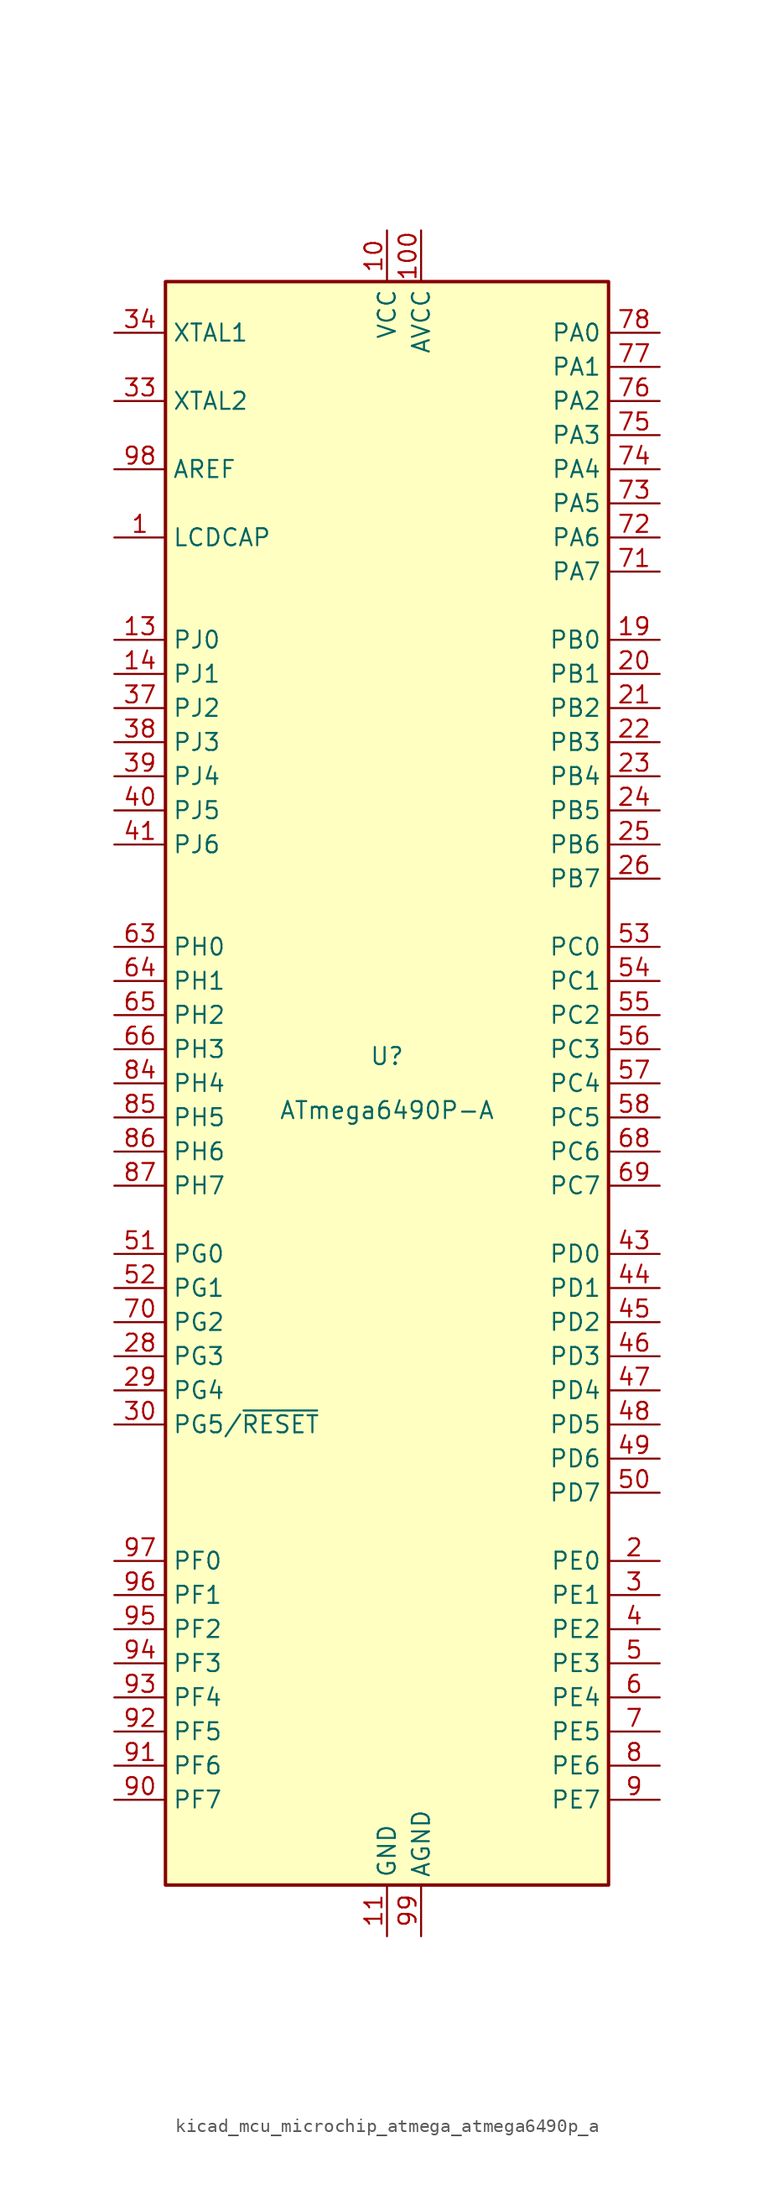
<source format=kicad_sym>
(kicad_symbol_lib
  (version 20220914)
  (generator kicad_symbol_editor)
  (symbol "kicad_mcu_microchip_atmega_atmega6490p_a"
    (property "Reference" "U"
      (at 0 1.27 0)
      (effects (font (size 1.27 1.27)) (justify bottom)))
    (property "Value" "ATmega6490P-A"
      (at 0 -1.27 0)
      (effects (font (size 1.27 1.27)) (justify top)))
    (symbol "kicad_mcu_microchip_atmega_atmega6490p_a_0_1"
      (rectangle (start -16.51 -59.69) (end 16.51 59.69) (stroke (width 0.254) (type default)) (fill (type background))))
    (symbol "kicad_mcu_microchip_atmega_atmega6490p_a_1_1"
      (pin passive line (at -20.32 40.64 0) (length 3.81) (name "LCDCAP" (effects (font (size 1.27 1.27)))) (number "1" (effects (font (size 1.27 1.27)))))
      (pin power_in line (at 0 63.5 270) (length 3.81) (name "VCC" (effects (font (size 1.27 1.27)))) (number "10" (effects (font (size 1.27 1.27)))))
      (pin power_in line (at 2.54 63.5 270) (length 3.81) (name "AVCC" (effects (font (size 1.27 1.27)))) (number "100" (effects (font (size 1.27 1.27)))))
      (pin power_in line (at 0 -63.5 90) (length 3.81) (name "GND" (effects (font (size 1.27 1.27)))) (number "11" (effects (font (size 1.27 1.27)))))
      (pin no_connect line (at -15.24 38.1 0) (length 2.54) hide (name "NC" (effects (font (size 1.27 1.27)))) (number "12" (effects (font (size 1.27 1.27)))))
      (pin bidirectional line (at -20.32 33.02 0) (length 3.81) (name "PJ0" (effects (font (size 1.27 1.27)))) (number "13" (effects (font (size 1.27 1.27)))))
      (pin bidirectional line (at -20.32 30.48 0) (length 3.81) (name "PJ1" (effects (font (size 1.27 1.27)))) (number "14" (effects (font (size 1.27 1.27)))))
      (pin no_connect line (at -15.24 35.56 0) (length 2.54) hide (name "NC" (effects (font (size 1.27 1.27)))) (number "15" (effects (font (size 1.27 1.27)))))
      (pin no_connect line (at -15.24 15.24 0) (length 2.54) hide (name "NC" (effects (font (size 1.27 1.27)))) (number "16" (effects (font (size 1.27 1.27)))))
      (pin no_connect line (at -15.24 12.7 0) (length 2.54) hide (name "NC" (effects (font (size 1.27 1.27)))) (number "17" (effects (font (size 1.27 1.27)))))
      (pin no_connect line (at -15.24 -10.16 0) (length 2.54) hide (name "NC" (effects (font (size 1.27 1.27)))) (number "18" (effects (font (size 1.27 1.27)))))
      (pin bidirectional line (at 20.32 33.02 180) (length 3.81) (name "PB0" (effects (font (size 1.27 1.27)))) (number "19" (effects (font (size 1.27 1.27)))))
      (pin bidirectional line (at 20.32 -35.56 180) (length 3.81) (name "PE0" (effects (font (size 1.27 1.27)))) (number "2" (effects (font (size 1.27 1.27)))))
      (pin bidirectional line (at 20.32 30.48 180) (length 3.81) (name "PB1" (effects (font (size 1.27 1.27)))) (number "20" (effects (font (size 1.27 1.27)))))
      (pin bidirectional line (at 20.32 27.94 180) (length 3.81) (name "PB2" (effects (font (size 1.27 1.27)))) (number "21" (effects (font (size 1.27 1.27)))))
      (pin bidirectional line (at 20.32 25.4 180) (length 3.81) (name "PB3" (effects (font (size 1.27 1.27)))) (number "22" (effects (font (size 1.27 1.27)))))
      (pin bidirectional line (at 20.32 22.86 180) (length 3.81) (name "PB4" (effects (font (size 1.27 1.27)))) (number "23" (effects (font (size 1.27 1.27)))))
      (pin bidirectional line (at 20.32 20.32 180) (length 3.81) (name "PB5" (effects (font (size 1.27 1.27)))) (number "24" (effects (font (size 1.27 1.27)))))
      (pin bidirectional line (at 20.32 17.78 180) (length 3.81) (name "PB6" (effects (font (size 1.27 1.27)))) (number "25" (effects (font (size 1.27 1.27)))))
      (pin bidirectional line (at 20.32 15.24 180) (length 3.81) (name "PB7" (effects (font (size 1.27 1.27)))) (number "26" (effects (font (size 1.27 1.27)))))
      (pin no_connect line (at -15.24 -27.94 0) (length 2.54) hide (name "NC" (effects (font (size 1.27 1.27)))) (number "27" (effects (font (size 1.27 1.27)))))
      (pin bidirectional line (at -20.32 -20.32 0) (length 3.81) (name "PG3" (effects (font (size 1.27 1.27)))) (number "28" (effects (font (size 1.27 1.27)))))
      (pin bidirectional line (at -20.32 -22.86 0) (length 3.81) (name "PG4" (effects (font (size 1.27 1.27)))) (number "29" (effects (font (size 1.27 1.27)))))
      (pin bidirectional line (at 20.32 -38.1 180) (length 3.81) (name "PE1" (effects (font (size 1.27 1.27)))) (number "3" (effects (font (size 1.27 1.27)))))
      (pin bidirectional line (at -20.32 -25.4 0) (length 3.81) (name "PG5/~{RESET}" (effects (font (size 1.27 1.27)))) (number "30" (effects (font (size 1.27 1.27)))))
      (pin passive line (at 0 63.5 270) (length 3.81) hide (name "VCC" (effects (font (size 1.27 1.27)))) (number "31" (effects (font (size 1.27 1.27)))))
      (pin passive line (at 0 -63.5 90) (length 3.81) hide (name "GND" (effects (font (size 1.27 1.27)))) (number "32" (effects (font (size 1.27 1.27)))))
      (pin output line (at -20.32 50.8 0) (length 3.81) (name "XTAL2" (effects (font (size 1.27 1.27)))) (number "33" (effects (font (size 1.27 1.27)))))
      (pin input line (at -20.32 55.88 0) (length 3.81) (name "XTAL1" (effects (font (size 1.27 1.27)))) (number "34" (effects (font (size 1.27 1.27)))))
      (pin no_connect line (at -15.24 -30.48 0) (length 2.54) hide (name "NC" (effects (font (size 1.27 1.27)))) (number "35" (effects (font (size 1.27 1.27)))))
      (pin no_connect line (at -15.24 -33.02 0) (length 2.54) hide (name "NC" (effects (font (size 1.27 1.27)))) (number "36" (effects (font (size 1.27 1.27)))))
      (pin bidirectional line (at -20.32 27.94 0) (length 3.81) (name "PJ2" (effects (font (size 1.27 1.27)))) (number "37" (effects (font (size 1.27 1.27)))))
      (pin bidirectional line (at -20.32 25.4 0) (length 3.81) (name "PJ3" (effects (font (size 1.27 1.27)))) (number "38" (effects (font (size 1.27 1.27)))))
      (pin bidirectional line (at -20.32 22.86 0) (length 3.81) (name "PJ4" (effects (font (size 1.27 1.27)))) (number "39" (effects (font (size 1.27 1.27)))))
      (pin bidirectional line (at 20.32 -40.64 180) (length 3.81) (name "PE2" (effects (font (size 1.27 1.27)))) (number "4" (effects (font (size 1.27 1.27)))))
      (pin bidirectional line (at -20.32 20.32 0) (length 3.81) (name "PJ5" (effects (font (size 1.27 1.27)))) (number "40" (effects (font (size 1.27 1.27)))))
      (pin bidirectional line (at -20.32 17.78 0) (length 3.81) (name "PJ6" (effects (font (size 1.27 1.27)))) (number "41" (effects (font (size 1.27 1.27)))))
      (pin no_connect line (at -15.24 -58.42 90) (length 2.54) hide (name "NC" (effects (font (size 1.27 1.27)))) (number "42" (effects (font (size 1.27 1.27)))))
      (pin bidirectional line (at 20.32 -12.7 180) (length 3.81) (name "PD0" (effects (font (size 1.27 1.27)))) (number "43" (effects (font (size 1.27 1.27)))))
      (pin bidirectional line (at 20.32 -15.24 180) (length 3.81) (name "PD1" (effects (font (size 1.27 1.27)))) (number "44" (effects (font (size 1.27 1.27)))))
      (pin bidirectional line (at 20.32 -17.78 180) (length 3.81) (name "PD2" (effects (font (size 1.27 1.27)))) (number "45" (effects (font (size 1.27 1.27)))))
      (pin bidirectional line (at 20.32 -20.32 180) (length 3.81) (name "PD3" (effects (font (size 1.27 1.27)))) (number "46" (effects (font (size 1.27 1.27)))))
      (pin bidirectional line (at 20.32 -22.86 180) (length 3.81) (name "PD4" (effects (font (size 1.27 1.27)))) (number "47" (effects (font (size 1.27 1.27)))))
      (pin bidirectional line (at 20.32 -25.4 180) (length 3.81) (name "PD5" (effects (font (size 1.27 1.27)))) (number "48" (effects (font (size 1.27 1.27)))))
      (pin bidirectional line (at 20.32 -27.94 180) (length 3.81) (name "PD6" (effects (font (size 1.27 1.27)))) (number "49" (effects (font (size 1.27 1.27)))))
      (pin bidirectional line (at 20.32 -43.18 180) (length 3.81) (name "PE3" (effects (font (size 1.27 1.27)))) (number "5" (effects (font (size 1.27 1.27)))))
      (pin bidirectional line (at 20.32 -30.48 180) (length 3.81) (name "PD7" (effects (font (size 1.27 1.27)))) (number "50" (effects (font (size 1.27 1.27)))))
      (pin bidirectional line (at -20.32 -12.7 0) (length 3.81) (name "PG0" (effects (font (size 1.27 1.27)))) (number "51" (effects (font (size 1.27 1.27)))))
      (pin bidirectional line (at -20.32 -15.24 0) (length 3.81) (name "PG1" (effects (font (size 1.27 1.27)))) (number "52" (effects (font (size 1.27 1.27)))))
      (pin bidirectional line (at 20.32 10.16 180) (length 3.81) (name "PC0" (effects (font (size 1.27 1.27)))) (number "53" (effects (font (size 1.27 1.27)))))
      (pin bidirectional line (at 20.32 7.62 180) (length 3.81) (name "PC1" (effects (font (size 1.27 1.27)))) (number "54" (effects (font (size 1.27 1.27)))))
      (pin bidirectional line (at 20.32 5.08 180) (length 3.81) (name "PC2" (effects (font (size 1.27 1.27)))) (number "55" (effects (font (size 1.27 1.27)))))
      (pin bidirectional line (at 20.32 2.54 180) (length 3.81) (name "PC3" (effects (font (size 1.27 1.27)))) (number "56" (effects (font (size 1.27 1.27)))))
      (pin bidirectional line (at 20.32 0 180) (length 3.81) (name "PC4" (effects (font (size 1.27 1.27)))) (number "57" (effects (font (size 1.27 1.27)))))
      (pin bidirectional line (at 20.32 -2.54 180) (length 3.81) (name "PC5" (effects (font (size 1.27 1.27)))) (number "58" (effects (font (size 1.27 1.27)))))
      (pin no_connect line (at -12.7 -58.42 90) (length 2.54) hide (name "NC" (effects (font (size 1.27 1.27)))) (number "59" (effects (font (size 1.27 1.27)))))
      (pin bidirectional line (at 20.32 -45.72 180) (length 3.81) (name "PE4" (effects (font (size 1.27 1.27)))) (number "6" (effects (font (size 1.27 1.27)))))
      (pin no_connect line (at -10.16 -58.42 90) (length 2.54) hide (name "NC" (effects (font (size 1.27 1.27)))) (number "60" (effects (font (size 1.27 1.27)))))
      (pin no_connect line (at -7.62 -58.42 90) (length 2.54) hide (name "NC" (effects (font (size 1.27 1.27)))) (number "61" (effects (font (size 1.27 1.27)))))
      (pin no_connect line (at -5.08 -58.42 90) (length 2.54) hide (name "NC" (effects (font (size 1.27 1.27)))) (number "62" (effects (font (size 1.27 1.27)))))
      (pin bidirectional line (at -20.32 10.16 0) (length 3.81) (name "PH0" (effects (font (size 1.27 1.27)))) (number "63" (effects (font (size 1.27 1.27)))))
      (pin bidirectional line (at -20.32 7.62 0) (length 3.81) (name "PH1" (effects (font (size 1.27 1.27)))) (number "64" (effects (font (size 1.27 1.27)))))
      (pin bidirectional line (at -20.32 5.08 0) (length 3.81) (name "PH2" (effects (font (size 1.27 1.27)))) (number "65" (effects (font (size 1.27 1.27)))))
      (pin bidirectional line (at -20.32 2.54 0) (length 3.81) (name "PH3" (effects (font (size 1.27 1.27)))) (number "66" (effects (font (size 1.27 1.27)))))
      (pin no_connect line (at -2.54 -58.42 90) (length 2.54) hide (name "NC" (effects (font (size 1.27 1.27)))) (number "67" (effects (font (size 1.27 1.27)))))
      (pin bidirectional line (at 20.32 -5.08 180) (length 3.81) (name "PC6" (effects (font (size 1.27 1.27)))) (number "68" (effects (font (size 1.27 1.27)))))
      (pin bidirectional line (at 20.32 -7.62 180) (length 3.81) (name "PC7" (effects (font (size 1.27 1.27)))) (number "69" (effects (font (size 1.27 1.27)))))
      (pin bidirectional line (at 20.32 -48.26 180) (length 3.81) (name "PE5" (effects (font (size 1.27 1.27)))) (number "7" (effects (font (size 1.27 1.27)))))
      (pin bidirectional line (at -20.32 -17.78 0) (length 3.81) (name "PG2" (effects (font (size 1.27 1.27)))) (number "70" (effects (font (size 1.27 1.27)))))
      (pin bidirectional line (at 20.32 38.1 180) (length 3.81) (name "PA7" (effects (font (size 1.27 1.27)))) (number "71" (effects (font (size 1.27 1.27)))))
      (pin bidirectional line (at 20.32 40.64 180) (length 3.81) (name "PA6" (effects (font (size 1.27 1.27)))) (number "72" (effects (font (size 1.27 1.27)))))
      (pin bidirectional line (at 20.32 43.18 180) (length 3.81) (name "PA5" (effects (font (size 1.27 1.27)))) (number "73" (effects (font (size 1.27 1.27)))))
      (pin bidirectional line (at 20.32 45.72 180) (length 3.81) (name "PA4" (effects (font (size 1.27 1.27)))) (number "74" (effects (font (size 1.27 1.27)))))
      (pin bidirectional line (at 20.32 48.26 180) (length 3.81) (name "PA3" (effects (font (size 1.27 1.27)))) (number "75" (effects (font (size 1.27 1.27)))))
      (pin bidirectional line (at 20.32 50.8 180) (length 3.81) (name "PA2" (effects (font (size 1.27 1.27)))) (number "76" (effects (font (size 1.27 1.27)))))
      (pin bidirectional line (at 20.32 53.34 180) (length 3.81) (name "PA1" (effects (font (size 1.27 1.27)))) (number "77" (effects (font (size 1.27 1.27)))))
      (pin bidirectional line (at 20.32 55.88 180) (length 3.81) (name "PA0" (effects (font (size 1.27 1.27)))) (number "78" (effects (font (size 1.27 1.27)))))
      (pin no_connect line (at 5.08 -58.42 90) (length 2.54) hide (name "NC" (effects (font (size 1.27 1.27)))) (number "79" (effects (font (size 1.27 1.27)))))
      (pin bidirectional line (at 20.32 -50.8 180) (length 3.81) (name "PE6" (effects (font (size 1.27 1.27)))) (number "8" (effects (font (size 1.27 1.27)))))
      (pin passive line (at 0 63.5 270) (length 3.81) hide (name "VCC" (effects (font (size 1.27 1.27)))) (number "80" (effects (font (size 1.27 1.27)))))
      (pin passive line (at 0 -63.5 90) (length 3.81) hide (name "GND" (effects (font (size 1.27 1.27)))) (number "81" (effects (font (size 1.27 1.27)))))
      (pin no_connect line (at 7.62 -58.42 90) (length 2.54) hide (name "NC" (effects (font (size 1.27 1.27)))) (number "82" (effects (font (size 1.27 1.27)))))
      (pin no_connect line (at 10.16 -58.42 90) (length 2.54) hide (name "NC" (effects (font (size 1.27 1.27)))) (number "83" (effects (font (size 1.27 1.27)))))
      (pin bidirectional line (at -20.32 0 0) (length 3.81) (name "PH4" (effects (font (size 1.27 1.27)))) (number "84" (effects (font (size 1.27 1.27)))))
      (pin bidirectional line (at -20.32 -2.54 0) (length 3.81) (name "PH5" (effects (font (size 1.27 1.27)))) (number "85" (effects (font (size 1.27 1.27)))))
      (pin bidirectional line (at -20.32 -5.08 0) (length 3.81) (name "PH6" (effects (font (size 1.27 1.27)))) (number "86" (effects (font (size 1.27 1.27)))))
      (pin bidirectional line (at -20.32 -7.62 0) (length 3.81) (name "PH7" (effects (font (size 1.27 1.27)))) (number "87" (effects (font (size 1.27 1.27)))))
      (pin no_connect line (at 12.7 -58.42 90) (length 2.54) hide (name "NC" (effects (font (size 1.27 1.27)))) (number "88" (effects (font (size 1.27 1.27)))))
      (pin no_connect line (at 15.24 -58.42 90) (length 2.54) hide (name "NC" (effects (font (size 1.27 1.27)))) (number "89" (effects (font (size 1.27 1.27)))))
      (pin bidirectional line (at 20.32 -53.34 180) (length 3.81) (name "PE7" (effects (font (size 1.27 1.27)))) (number "9" (effects (font (size 1.27 1.27)))))
      (pin bidirectional line (at -20.32 -53.34 0) (length 3.81) (name "PF7" (effects (font (size 1.27 1.27)))) (number "90" (effects (font (size 1.27 1.27)))))
      (pin bidirectional line (at -20.32 -50.8 0) (length 3.81) (name "PF6" (effects (font (size 1.27 1.27)))) (number "91" (effects (font (size 1.27 1.27)))))
      (pin bidirectional line (at -20.32 -48.26 0) (length 3.81) (name "PF5" (effects (font (size 1.27 1.27)))) (number "92" (effects (font (size 1.27 1.27)))))
      (pin bidirectional line (at -20.32 -45.72 0) (length 3.81) (name "PF4" (effects (font (size 1.27 1.27)))) (number "93" (effects (font (size 1.27 1.27)))))
      (pin bidirectional line (at -20.32 -43.18 0) (length 3.81) (name "PF3" (effects (font (size 1.27 1.27)))) (number "94" (effects (font (size 1.27 1.27)))))
      (pin bidirectional line (at -20.32 -40.64 0) (length 3.81) (name "PF2" (effects (font (size 1.27 1.27)))) (number "95" (effects (font (size 1.27 1.27)))))
      (pin bidirectional line (at -20.32 -38.1 0) (length 3.81) (name "PF1" (effects (font (size 1.27 1.27)))) (number "96" (effects (font (size 1.27 1.27)))))
      (pin bidirectional line (at -20.32 -35.56 0) (length 3.81) (name "PF0" (effects (font (size 1.27 1.27)))) (number "97" (effects (font (size 1.27 1.27)))))
      (pin passive line (at -20.32 45.72 0) (length 3.81) (name "AREF" (effects (font (size 1.27 1.27)))) (number "98" (effects (font (size 1.27 1.27)))))
      (pin power_in line (at 2.54 -63.5 90) (length 3.81) (name "AGND" (effects (font (size 1.27 1.27)))) (number "99" (effects (font (size 1.27 1.27))))))))
</source>
